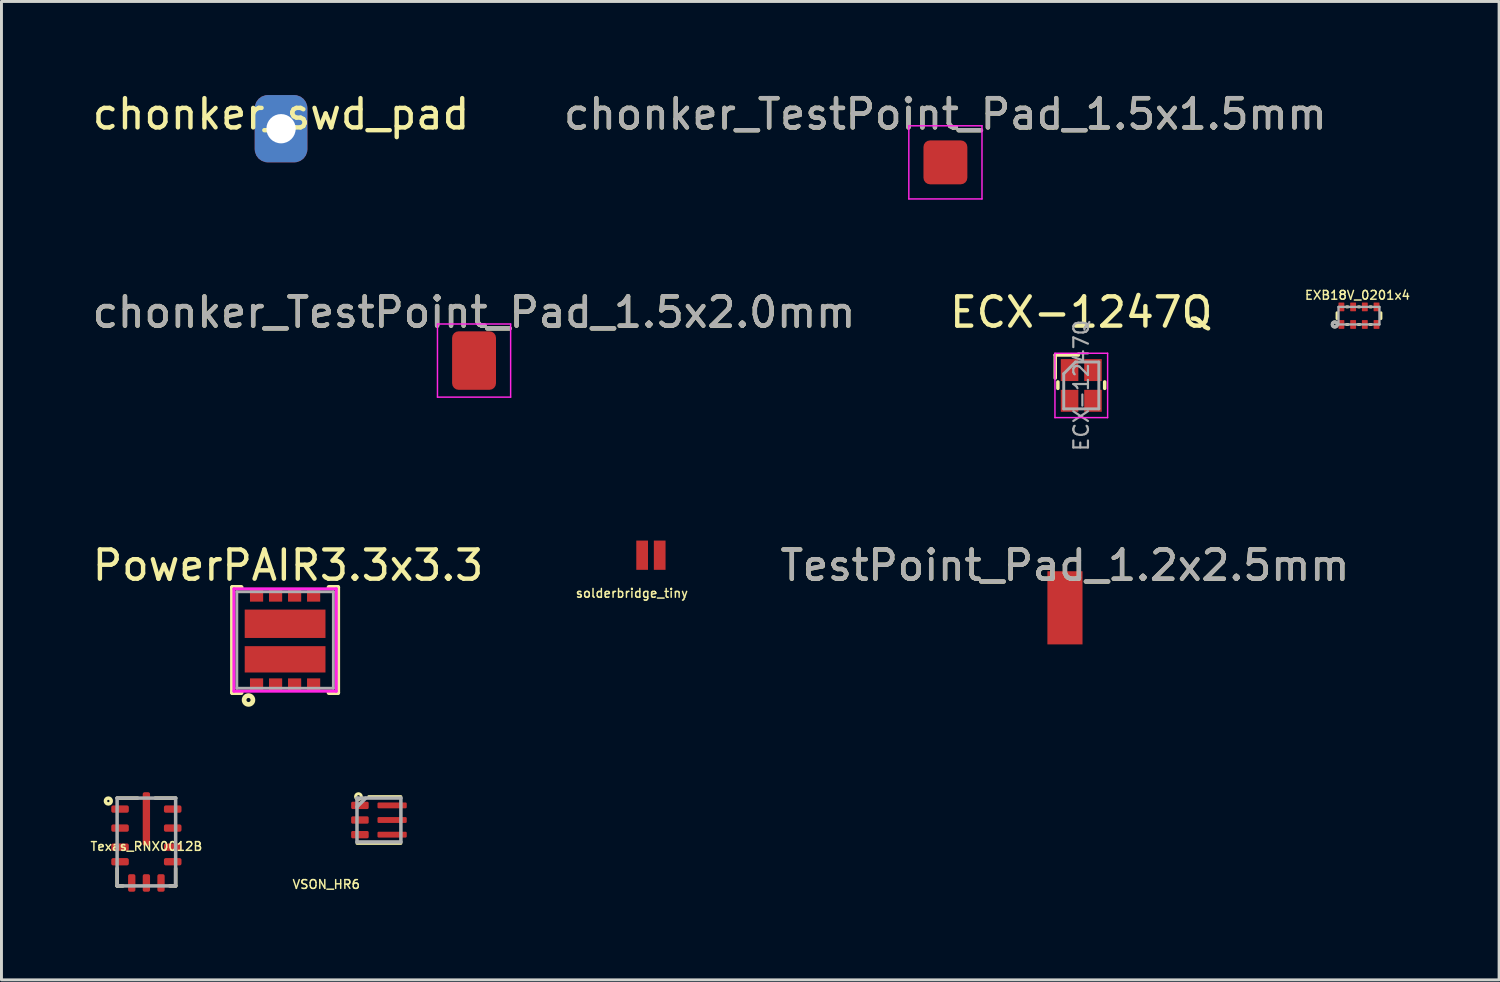
<source format=kicad_pcb>
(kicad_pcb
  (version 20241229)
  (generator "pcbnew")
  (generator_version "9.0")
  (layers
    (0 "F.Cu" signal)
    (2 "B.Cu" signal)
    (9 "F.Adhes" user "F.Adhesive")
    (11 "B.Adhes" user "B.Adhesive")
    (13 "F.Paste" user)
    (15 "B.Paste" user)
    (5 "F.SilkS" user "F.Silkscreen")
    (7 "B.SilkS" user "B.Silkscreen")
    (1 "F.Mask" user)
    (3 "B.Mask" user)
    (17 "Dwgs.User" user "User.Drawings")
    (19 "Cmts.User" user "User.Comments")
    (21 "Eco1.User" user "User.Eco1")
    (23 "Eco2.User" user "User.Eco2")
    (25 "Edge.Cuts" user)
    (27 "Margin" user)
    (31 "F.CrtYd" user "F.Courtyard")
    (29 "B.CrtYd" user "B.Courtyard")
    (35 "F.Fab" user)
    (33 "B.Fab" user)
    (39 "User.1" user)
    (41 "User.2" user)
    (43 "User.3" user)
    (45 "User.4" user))
  (footprint "solderbridge_tiny"
    (layer "F.Cu")
    (at 19.193 15.922)
    (property "Reference" "solderbridge_tiny" (at -0.65 1.3 0) (layer "F.SilkS") (effects (font (size 0.3 0.3) (thickness 0.05))))
    (attr through_hole)
    (pad "1" smd rect (at -0.3 0) (size 0.4 1) (layers "F.Cu" "F.Mask" "F.Paste"))
    (pad "2" smd rect (at 0.3 0) (size 0.4 1) (layers "F.Cu" "F.Mask" "F.Paste")))
  (footprint "chonker_swd_pad"
    (layer "F.Cu")
    (at 6.554 1.348)
    (property "Reference" "chonker_swd_pad" (at 0 -0.5 0) (unlocked yes) (layer "F.SilkS") (effects (font (size 1 1) (thickness 0.15))))
    (attr exclude_from_pos_files exclude_from_bom)
    (pad "1" thru_hole roundrect (at 0 0) (size 1.8 2.3) (drill 1) (layers "*.Cu" "*.Mask") (roundrect_rratio 0.25)))
  (footprint "ECX-1247Q"
    (layer "F.Cu")
    (at 33.899 10.121)
    (property "Reference" "ECX-1247Q" (at 0 -2.5 0) (layer "F.SilkS") (effects (font (size 1 1) (thickness 0.15))))
    (attr smd)
    (fp_line (start -0.89 -0.25) (end -0.89 -1.04) (stroke (width 0.12) (type solid)) (layer "F.SilkS"))
    (fp_line (start -0.8 -0.12) (end -0.8 0.1) (stroke (width 0.12) (type solid)) (layer "F.SilkS"))
    (fp_line (start -0.1 -1.04) (end -0.89 -1.04) (stroke (width 0.12) (type solid)) (layer "F.SilkS"))
    (fp_line (start 0.8 -0.12) (end 0.8 0.1) (stroke (width 0.12) (type solid)) (layer "F.SilkS"))
    (fp_line (start -0.9 -1.1) (end -0.9 1.1) (stroke (width 0.05) (type solid)) (layer "F.CrtYd"))
    (fp_line (start -0.9 1.1) (end 0.9 1.1) (stroke (width 0.05) (type solid)) (layer "F.CrtYd"))
    (fp_line (start 0.9 -1.1) (end -0.9 -1.1) (stroke (width 0.05) (type solid)) (layer "F.CrtYd"))
    (fp_line (start 0.9 -1.1) (end 0.9 1.1) (stroke (width 0.05) (type solid)) (layer "F.CrtYd"))
    (fp_line (start -0.6 -0.4) (end -0.6 0.8) (stroke (width 0.1) (type solid)) (layer "F.Fab"))
    (fp_line (start -0.6 0.8) (end 0.6 0.8) (stroke (width 0.1) (type solid)) (layer "F.Fab"))
    (fp_line (start -0.2 -0.8) (end -0.6 -0.4) (stroke (width 0.1) (type solid)) (layer "F.Fab"))
    (fp_line (start -0.2 -0.8) (end 0.6 -0.8) (stroke (width 0.1) (type solid)) (layer "F.Fab"))
    (fp_line (start 0.6 -0.8) (end 0.6 0.8) (stroke (width 0.1) (type solid)) (layer "F.Fab"))
    (fp_text user "${REFERENCE}" (at 0 0 90) (layer "F.Fab") (effects (font (size 0.5 0.5) (thickness 0.075))))
    (pad "1" smd rect (at -0.4 -0.525) (size 0.6 0.75) (layers "F.Cu" "F.Mask" "F.Paste"))
    (pad "2" smd rect (at -0.4 0.525) (size 0.6 0.75) (layers "F.Cu" "F.Mask" "F.Paste"))
    (pad "3" smd rect (at 0.4 0.525) (size 0.6 0.75) (layers "F.Cu" "F.Mask" "F.Paste"))
    (pad "4" smd rect (at 0.4 -0.525) (size 0.6 0.75) (layers "F.Cu" "F.Mask" "F.Paste")))
  (footprint "chonker_TestPoint_Pad_1.5x2.0mm"
    (layer "F.Cu")
    (at 13.149 9.271)
    (property "Reference" "chonker_TestPoint_Pad_1.5x2.0mm" (at 0 -1.648 0) (layer "F.SilkS") (effects (font (size 1 1) (thickness 0.15))))
    (attr exclude_from_pos_files exclude_from_bom)
    (fp_line (start -1.25 -1.25) (end -1.25 1.25) (stroke (width 0.05) (type solid)) (layer "F.CrtYd"))
    (fp_line (start -1.25 -1.25) (end 1.25 -1.25) (stroke (width 0.05) (type solid)) (layer "F.CrtYd"))
    (fp_line (start 1.25 1.25) (end -1.25 1.25) (stroke (width 0.05) (type solid)) (layer "F.CrtYd"))
    (fp_line (start 1.25 1.25) (end 1.25 -1.25) (stroke (width 0.05) (type solid)) (layer "F.CrtYd"))
    (fp_text user "${REFERENCE}" (at 0 -1.65 0) (layer "F.Fab") (effects (font (size 1 1) (thickness 0.15))))
    (pad "1" smd roundrect (at 0 0) (size 1.5 2) (layers "F.Cu" "F.Mask") (roundrect_rratio 0.15)))
  (footprint "EXB18V_0201x4"
    (layer "F.Cu")
    (at 43.388 7.737)
    (property "Reference" "EXB18V_0201x4" (at -0.05 -0.7 0) (layer "F.SilkS") (effects (font (size 0.3 0.3) (thickness 0.05))))
    (attr smd)
    (fp_line (start -0.75 -0.1) (end -0.75 0.1) (stroke (width 0.1) (type solid)) (layer "F.SilkS"))
    (fp_line (start -0.425 -0.3) (end -0.375 -0.3) (stroke (width 0.1) (type solid)) (layer "F.SilkS"))
    (fp_line (start -0.425 0.3) (end -0.375 0.3) (stroke (width 0.1) (type solid)) (layer "F.SilkS"))
    (fp_line (start -0.025 -0.3) (end 0.025 -0.3) (stroke (width 0.1) (type solid)) (layer "F.SilkS"))
    (fp_line (start -0.025 0.3) (end 0.025 0.3) (stroke (width 0.1) (type solid)) (layer "F.SilkS"))
    (fp_line (start 0.375 -0.3) (end 0.425 -0.3) (stroke (width 0.1) (type solid)) (layer "F.SilkS"))
    (fp_line (start 0.375 0.3) (end 0.425 0.3) (stroke (width 0.1) (type solid)) (layer "F.SilkS"))
    (fp_line (start 0.75 -0.1) (end 0.75 0.1) (stroke (width 0.1) (type solid)) (layer "F.SilkS"))
    (fp_circle (center -0.825 0.3) (end -0.8 0.325) (stroke (width 0.1) (type solid)) (fill no) (layer "F.SilkS"))
    (fp_line (start -0.7 -0.3) (end 0.7 -0.3) (stroke (width 0.08) (type solid)) (layer "F.Fab"))
    (fp_line (start -0.7 0.3) (end -0.7 -0.3) (stroke (width 0.08) (type solid)) (layer "F.Fab"))
    (fp_line (start 0.7 -0.3) (end 0.7 0.3) (stroke (width 0.08) (type solid)) (layer "F.Fab"))
    (fp_line (start 0.7 0.3) (end -0.7 0.3) (stroke (width 0.08) (type solid)) (layer "F.Fab"))
    (fp_circle (center -0.825 0.3) (end -0.825 0.275) (stroke (width 0.12) (type solid)) (fill no) (layer "F.Fab"))
    (pad "1" smd roundrect (at -0.6 0.3) (size 0.2 0.3) (layers "F.Cu" "F.Mask" "F.Paste") (roundrect_rratio 0.1))
    (pad "2" smd roundrect (at -0.2 0.3) (size 0.2 0.3) (layers "F.Cu" "F.Mask" "F.Paste") (roundrect_rratio 0.1))
    (pad "3" smd roundrect (at 0.2 0.3 180) (size 0.2 0.3) (layers "F.Cu" "F.Mask" "F.Paste") (roundrect_rratio 0.1))
    (pad "4" smd roundrect (at 0.6 0.3 180) (size 0.2 0.3) (layers "F.Cu" "F.Mask" "F.Paste") (roundrect_rratio 0.1))
    (pad "5" smd roundrect (at 0.6 -0.3 180) (size 0.2 0.3) (layers "F.Cu" "F.Mask" "F.Paste") (roundrect_rratio 0.1))
    (pad "6" smd roundrect (at 0.2 -0.3 180) (size 0.2 0.3) (layers "F.Cu" "F.Mask" "F.Paste") (roundrect_rratio 0.1))
    (pad "7" smd roundrect (at -0.2 -0.3) (size 0.2 0.3) (layers "F.Cu" "F.Mask" "F.Paste") (roundrect_rratio 0.1))
    (pad "8" smd roundrect (at -0.6 -0.3) (size 0.2 0.3) (layers "F.Cu" "F.Mask" "F.Paste") (roundrect_rratio 0.1)))
  (footprint "Texas_RNX0012B"
    (layer "F.Cu")
    (at 1.952 25.722)
    (property "Reference" "Texas_RNX0012B" (at 0 0.15 0) (layer "F.SilkS") (effects (font (size 0.3 0.3) (thickness 0.05))))
    (attr smd)
    (fp_line (start -1 -1.5) (end -0.3 -1.5) (stroke (width 0.12) (type solid)) (layer "F.SilkS"))
    (fp_line (start -1 0.9) (end -1 1.5) (stroke (width 0.12) (type solid)) (layer "F.SilkS"))
    (fp_line (start -1 1.5) (end -0.8 1.5) (stroke (width 0.12) (type solid)) (layer "F.SilkS"))
    (fp_line (start 0.3 -1.5) (end 1 -1.5) (stroke (width 0.12) (type solid)) (layer "F.SilkS"))
    (fp_line (start 1 0.9) (end 1 1.5) (stroke (width 0.12) (type solid)) (layer "F.SilkS"))
    (fp_line (start 1 1.5) (end 0.8 1.5) (stroke (width 0.12) (type solid)) (layer "F.SilkS"))
    (fp_circle (center -1.3 -1.4) (end -1.2 -1.4) (stroke (width 0.12) (type solid)) (fill no) (layer "F.SilkS"))
    (fp_line (start -1 -1.5) (end 1 -1.5) (stroke (width 0.12) (type solid)) (layer "F.Fab"))
    (fp_line (start -1 1.5) (end -1 -1.5) (stroke (width 0.12) (type solid)) (layer "F.Fab"))
    (fp_line (start 1 -1.5) (end 1 1.5) (stroke (width 0.12) (type solid)) (layer "F.Fab"))
    (fp_line (start 1 1.5) (end -1 1.5) (stroke (width 0.12) (type solid)) (layer "F.Fab"))
    (pad "1" smd roundrect (at -0.9 -1.125 90) (size 0.25 0.6) (layers "F.Cu" "F.Mask" "F.Paste") (roundrect_rratio 0.25))
    (pad "2" smd roundrect (at -0.9 -0.475 90) (size 0.25 0.6) (layers "F.Cu" "F.Mask" "F.Paste") (roundrect_rratio 0.25))
    (pad "3" smd roundrect (at -0.9 0.175 90) (size 0.25 0.6) (layers "F.Cu" "F.Mask" "F.Paste") (roundrect_rratio 0.25))
    (pad "4" smd roundrect (at -0.9 0.675 90) (size 0.25 0.6) (layers "F.Cu" "F.Mask" "F.Paste") (roundrect_rratio 0.25))
    (pad "5" smd roundrect (at -0.5 1.4 180) (size 0.25 0.6) (layers "F.Cu" "F.Mask" "F.Paste") (roundrect_rratio 0.25))
    (pad "6" smd roundrect (at 0 1.4 180) (size 0.25 0.6) (layers "F.Cu" "F.Mask" "F.Paste") (roundrect_rratio 0.25))
    (pad "7" smd roundrect (at 0.5 1.4 180) (size 0.25 0.6) (layers "F.Cu" "F.Mask" "F.Paste") (roundrect_rratio 0.25))
    (pad "8" smd roundrect (at 0.9 0.675 90) (size 0.25 0.6) (layers "F.Cu" "F.Mask" "F.Paste") (roundrect_rratio 0.25))
    (pad "9" smd roundrect (at 0.9 0.175 90) (size 0.25 0.6) (layers "F.Cu" "F.Mask" "F.Paste") (roundrect_rratio 0.25))
    (pad "10" smd roundrect (at 0.9 -0.475 90) (size 0.25 0.6) (layers "F.Cu" "F.Mask" "F.Paste") (roundrect_rratio 0.25))
    (pad "11" smd roundrect (at 0.9 -1.125 90) (size 0.25 0.6) (layers "F.Cu" "F.Mask" "F.Paste") (roundrect_rratio 0.25))
    (pad "12" smd roundrect (at 0 -0.788) (size 0.25 1.825) (layers "F.Cu" "F.Mask" "F.Paste") (roundrect_rratio 0.25)))
  (footprint "TestPoint_Pad_1.2x2.5mm"
    (layer "F.Cu")
    (at 33.341 17.72)
    (property "Reference" "TestPoint_Pad_1.2x2.5mm" (at 0 -1.448 0) (layer "F.SilkS") (effects (font (size 1 1) (thickness 0.15))))
    (attr exclude_from_pos_files exclude_from_bom)
    (fp_text user "${REFERENCE}" (at 0 -1.45 0) (layer "F.Fab") (effects (font (size 1 1) (thickness 0.15))))
    (pad "1" smd rect (at 0 0) (size 1.2 2.5) (layers "F.Cu" "F.Mask")))
  (footprint "chonker_TestPoint_Pad_1.5x1.5mm"
    (layer "F.Cu")
    (at 29.256 2.498)
    (property "Reference" "chonker_TestPoint_Pad_1.5x1.5mm" (at 0 -1.648 0) (layer "F.SilkS") (effects (font (size 1 1) (thickness 0.15))))
    (attr exclude_from_pos_files exclude_from_bom)
    (fp_line (start -1.25 -1.25) (end -1.25 1.25) (stroke (width 0.05) (type solid)) (layer "F.CrtYd"))
    (fp_line (start -1.25 -1.25) (end 1.25 -1.25) (stroke (width 0.05) (type solid)) (layer "F.CrtYd"))
    (fp_line (start 1.25 1.25) (end -1.25 1.25) (stroke (width 0.05) (type solid)) (layer "F.CrtYd"))
    (fp_line (start 1.25 1.25) (end 1.25 -1.25) (stroke (width 0.05) (type solid)) (layer "F.CrtYd"))
    (fp_text user "${REFERENCE}" (at 0 -1.65 0) (layer "F.Fab") (effects (font (size 1 1) (thickness 0.15))))
    (pad "1" smd roundrect (at 0 0) (size 1.5 1.5) (layers "F.Cu" "F.Mask") (roundrect_rratio 0.15)))
  (footprint "PowerPAIR3.3x3.3"
    (layer "F.Cu")
    (at 6.692 18.82)
    (property "Reference" "PowerPAIR3.3x3.3" (at 0.1 -2.55 0) (layer "F.SilkS") (effects (font (size 1 1) (thickness 0.15))))
    (attr smd)
    (fp_line (start -1.8 -1.8) (end -1.8 1.8) (stroke (width 0.16) (type solid)) (layer "F.SilkS"))
    (fp_line (start -1.8 1.8) (end -1.5 1.8) (stroke (width 0.16) (type solid)) (layer "F.SilkS"))
    (fp_line (start -1.5 -1.8) (end -1.8 -1.8) (stroke (width 0.16) (type solid)) (layer "F.SilkS"))
    (fp_line (start 1.5 -1.8) (end 1.8 -1.8) (stroke (width 0.16) (type solid)) (layer "F.SilkS"))
    (fp_line (start 1.8 -1.8) (end 1.8 1.8) (stroke (width 0.16) (type solid)) (layer "F.SilkS"))
    (fp_line (start 1.8 1.8) (end 1.5 1.8) (stroke (width 0.16) (type solid)) (layer "F.SilkS"))
    (fp_circle (center -1.25 2.05) (end -1.2 2.1) (stroke (width 0.16) (type solid)) (fill no) (layer "F.SilkS"))
    (fp_line (start -1.75 -1.75) (end -1.75 1.75) (stroke (width 0.1) (type solid)) (layer "F.CrtYd"))
    (fp_line (start -1.75 -1.75) (end 1.75 -1.75) (stroke (width 0.1) (type solid)) (layer "F.CrtYd"))
    (fp_line (start -1.75 1.75) (end 1.75 1.75) (stroke (width 0.1) (type solid)) (layer "F.CrtYd"))
    (fp_line (start 1.75 -1.75) (end 1.75 1.75) (stroke (width 0.1) (type solid)) (layer "F.CrtYd"))
    (fp_line (start -1.65 -1.65) (end 1.65 -1.65) (stroke (width 0.1) (type solid)) (layer "F.Fab"))
    (fp_line (start -1.65 1.65) (end -1.65 -1.65) (stroke (width 0.1) (type solid)) (layer "F.Fab"))
    (fp_line (start 1.65 -1.65) (end 1.65 1.65) (stroke (width 0.1) (type solid)) (layer "F.Fab"))
    (fp_line (start 1.65 1.65) (end -1.65 1.65) (stroke (width 0.1) (type solid)) (layer "F.Fab"))
    (pad "1" smd rect (at -0.975 1.536) (size 0.45 0.45) (layers "F.Cu" "F.Mask" "F.Paste"))
    (pad "2" smd rect (at -0.325 1.536) (size 0.45 0.45) (layers "F.Cu" "F.Mask" "F.Paste"))
    (pad "2" smd rect (at 0 0.66) (size 2.76 0.9) (layers "F.Cu" "F.Mask" "F.Paste"))
    (pad "2" smd rect (at 0.325 1.536) (size 0.45 0.45) (layers "F.Cu" "F.Mask" "F.Paste"))
    (pad "2" smd rect (at 0.975 1.536) (size 0.45 0.45) (layers "F.Cu" "F.Mask" "F.Paste"))
    (pad "3" smd rect (at 0 -0.555) (size 2.76 0.97) (layers "F.Cu" "F.Mask" "F.Paste"))
    (pad "4" smd rect (at -0.325 -1.536) (size 0.45 0.45) (layers "F.Cu" "F.Mask" "F.Paste"))
    (pad "4" smd rect (at 0.325 -1.536) (size 0.45 0.45) (layers "F.Cu" "F.Mask" "F.Paste"))
    (pad "4" smd rect (at 0.975 -1.536) (size 0.45 0.45) (layers "F.Cu" "F.Mask" "F.Paste"))
    (pad "5" smd rect (at -0.975 -1.536) (size 0.45 0.45) (layers "F.Cu" "F.Mask" "F.Paste")))
  (footprint "VSON_HR6"
    (layer "F.Cu")
    (at 9.899 24.971)
    (property "Reference" "VSON_HR6" (at -1.8 2.2 0) (layer "F.SilkS") (effects (font (size 0.3 0.3) (thickness 0.05))))
    (attr smd)
    (fp_line (start -0.35 -0.8) (end 0.75 -0.8) (stroke (width 0.1) (type solid)) (layer "F.SilkS"))
    (fp_line (start 0.75 0.8) (end -0.75 0.8) (stroke (width 0.1) (type solid)) (layer "F.SilkS"))
    (fp_circle (center -0.7 -0.8) (end -0.6 -0.8) (stroke (width 0.1) (type solid)) (fill no) (layer "F.SilkS"))
    (fp_line (start -0.75 -0.75) (end 0.75 -0.75) (stroke (width 0.12) (type solid)) (layer "F.Fab"))
    (fp_line (start -0.75 -0.45) (end -0.45 -0.75) (stroke (width 0.12) (type solid)) (layer "F.Fab"))
    (fp_line (start -0.75 0.75) (end -0.75 -0.75) (stroke (width 0.12) (type solid)) (layer "F.Fab"))
    (fp_line (start 0.75 -0.75) (end 0.75 0.75) (stroke (width 0.12) (type solid)) (layer "F.Fab"))
    (fp_line (start 0.75 0.75) (end -0.75 0.75) (stroke (width 0.12) (type solid)) (layer "F.Fab"))
    (pad "1" smd roundrect (at -0.65 -0.5) (size 0.6 0.25) (layers "F.Cu" "F.Mask" "F.Paste") (roundrect_rratio 0.2))
    (pad "2" smd roundrect (at -0.65 0) (size 0.6 0.25) (layers "F.Cu" "F.Mask" "F.Paste") (roundrect_rratio 0.2))
    (pad "3" smd roundrect (at -0.65 0.5) (size 0.6 0.25) (layers "F.Cu" "F.Mask" "F.Paste") (roundrect_rratio 0.2))
    (pad "4" smd roundrect (at 0.45 0.5) (size 1 0.2) (layers "F.Cu" "F.Mask" "F.Paste") (roundrect_rratio 0.2))
    (pad "5" smd roundrect (at 0.45 0) (size 1 0.2) (layers "F.Cu" "F.Mask" "F.Paste") (roundrect_rratio 0.2))
    (pad "6" smd roundrect (at 0.45 -0.5) (size 1 0.2) (layers "F.Cu" "F.Mask" "F.Paste") (roundrect_rratio 0.2)))
  (gr_rect
    (start -3 -3)
    (end 48.176 30.434)
    (stroke (width 0.1) (type default))
    (fill no)
    (layer "Edge.Cuts")))
</source>
